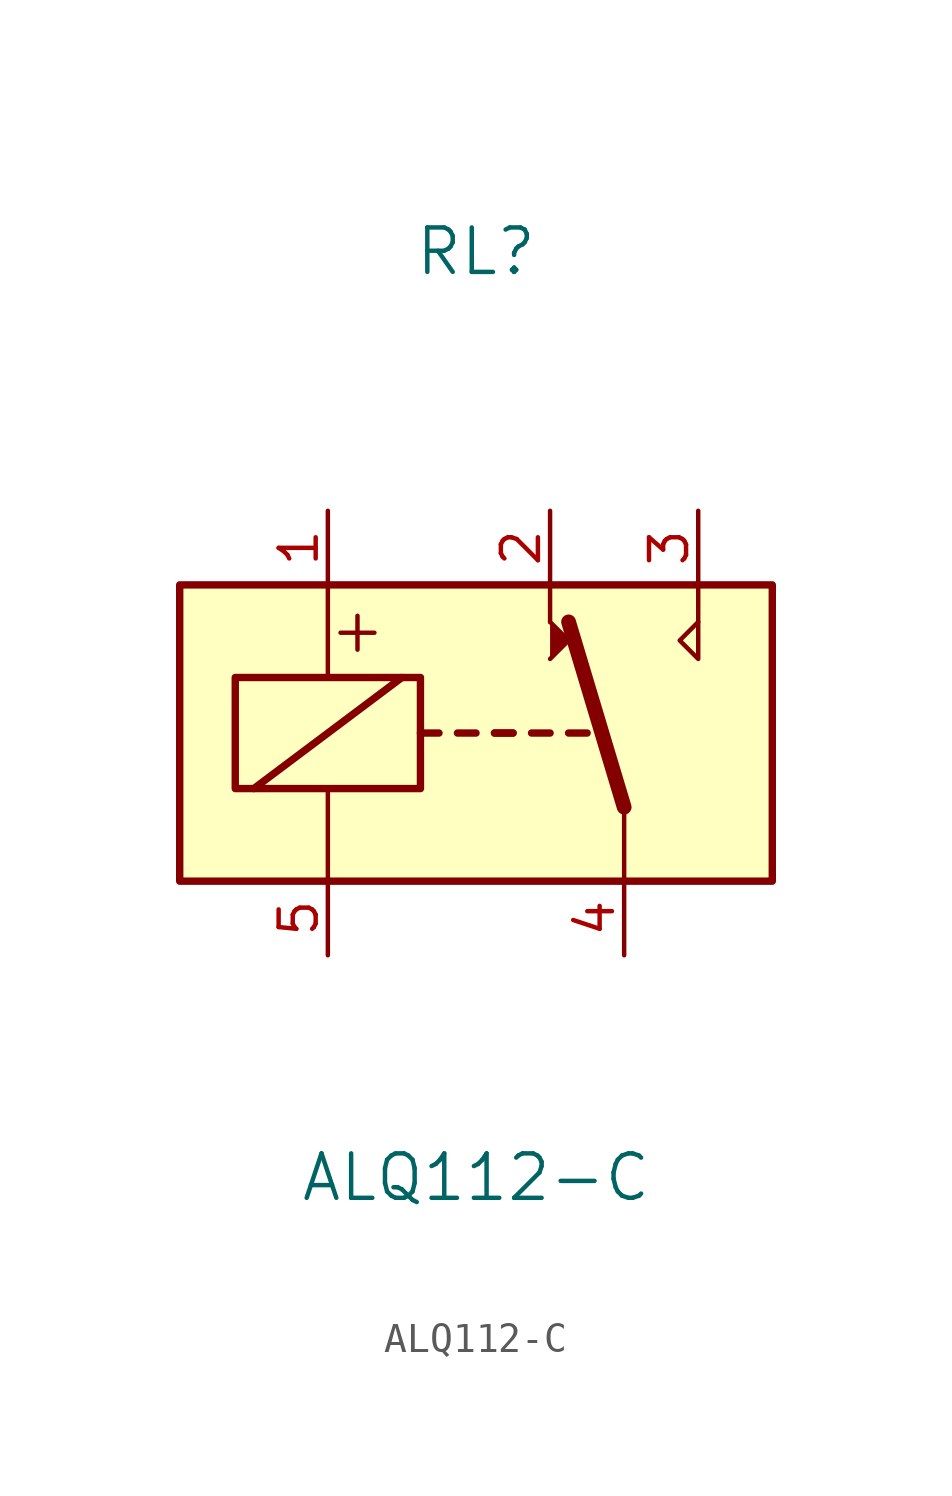
<source format=kicad_sym>
(kicad_symbol_lib
  (version 20231120)
  (generator "kicad_symbol_editor")
  (generator_version "8.0")
  (symbol "ALQ112-C"
    (pin_names
      (offset 1.016))
    (property "Reference" "RL"
      (at 0 25.4 0)
      (effects (font (size 1.524 1.524))))
    (property "Value" "ALQ112-C"
      (at 0 -6.35 0)
      (effects (font (size 1.524 1.524))))
    (symbol "ALQ112-C_1_0"
      (polyline (pts (xy 2.54 12.7) (xy 2.54 13.97)) (stroke (width 0) (type default)) (fill (type none)))
      (polyline (pts (xy 7.62 12.7) (xy 7.62 13.97)) (stroke (width 0) (type default)) (fill (type none)))
      (polyline (pts (xy 7.62 12.7) (xy 7.62 11.43) (xy 6.985 12.065) (xy 7.62 12.7)) (stroke (width 0) (type default)) (fill (type none)))
      (text "+" (at -4.064 12.446 0) (effects (font (size 1.524 1.524)))))
    (symbol "ALQ112-C_1_1"
      (rectangle (start -10.16 13.97) (end 10.16 3.81) (stroke (width 0.254) (type default)) (fill (type background)))
      (rectangle (start -8.255 10.795) (end -1.905 6.985) (stroke (width 0.254) (type default)) (fill (type none)))
      (polyline (pts (xy -7.62 6.985) (xy -2.54 10.795)) (stroke (width 0.254) (type default)) (fill (type none)))
      (polyline (pts (xy -5.08 3.81) (xy -5.08 6.985)) (stroke (width 0) (type default)) (fill (type none)))
      (polyline (pts (xy -5.08 13.97) (xy -5.08 10.795)) (stroke (width 0) (type default)) (fill (type none)))
      (polyline (pts (xy -1.905 8.89) (xy -1.27 8.89)) (stroke (width 0.254) (type default)) (fill (type none)))
      (polyline (pts (xy -0.635 8.89) (xy 0 8.89)) (stroke (width 0.254) (type default)) (fill (type none)))
      (polyline (pts (xy 0.635 8.89) (xy 1.27 8.89)) (stroke (width 0.254) (type default)) (fill (type none)))
      (polyline (pts (xy 0.635 8.89) (xy 1.27 8.89)) (stroke (width 0.254) (type default)) (fill (type none)))
      (polyline (pts (xy 1.905 8.89) (xy 2.54 8.89)) (stroke (width 0.254) (type default)) (fill (type none)))
      (polyline (pts (xy 3.175 8.89) (xy 3.81 8.89)) (stroke (width 0.254) (type default)) (fill (type none)))
      (polyline (pts (xy 5.08 6.35) (xy 3.175 12.7)) (stroke (width 0.508) (type default)) (fill (type none)))
      (polyline (pts (xy 5.08 6.35) (xy 5.08 3.81)) (stroke (width 0) (type default)) (fill (type none)))
      (polyline (pts (xy 2.54 11.43) (xy 3.175 12.065) (xy 2.54 12.7)) (stroke (width 0) (type default)) (fill (type outline)))
      (pin passive line (at -5.08 16.51 270) (length 2.54) (name "~" (effects (font (size 1.27 1.27)))) (number "1" (effects (font (size 1.27 1.27)))))
      (pin passive line (at 2.54 16.51 270) (length 2.54) (name "~" (effects (font (size 1.27 1.27)))) (number "2" (effects (font (size 1.27 1.27)))))
      (pin passive line (at 7.62 16.51 270) (length 2.54) (name "~" (effects (font (size 1.27 1.27)))) (number "3" (effects (font (size 1.27 1.27)))))
      (pin passive line (at 5.08 1.27 90) (length 2.54) (name "~" (effects (font (size 1.27 1.27)))) (number "4" (effects (font (size 1.27 1.27)))))
      (pin passive line (at -5.08 1.27 90) (length 2.54) (name "~" (effects (font (size 1.27 1.27)))) (number "5" (effects (font (size 1.27 1.27))))))))
</source>
